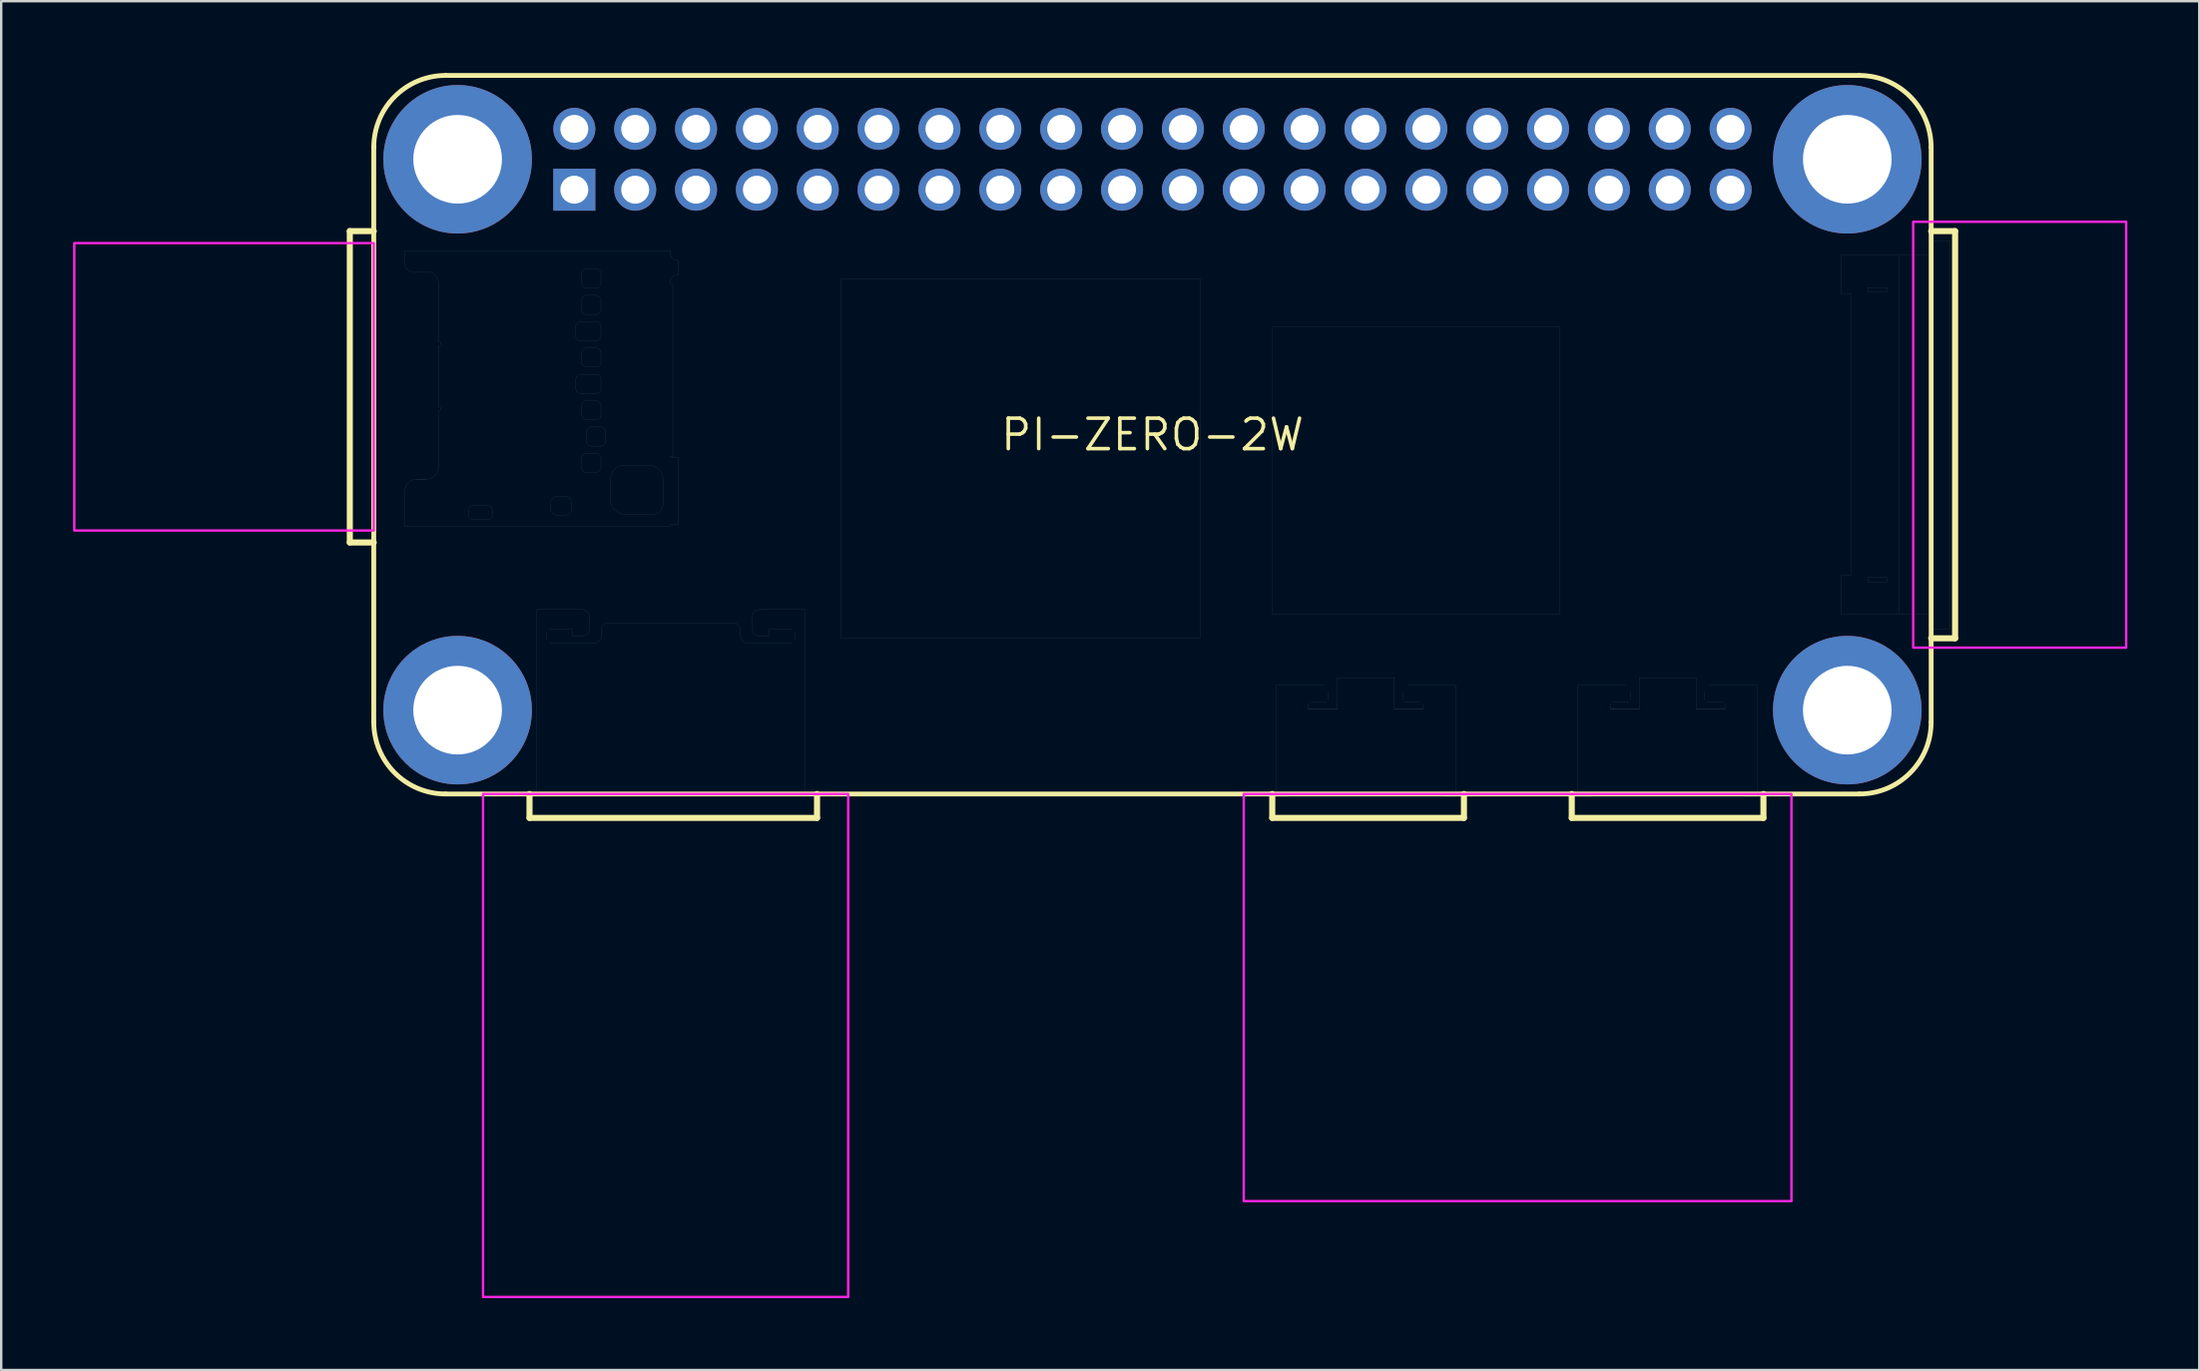
<source format=kicad_pcb>
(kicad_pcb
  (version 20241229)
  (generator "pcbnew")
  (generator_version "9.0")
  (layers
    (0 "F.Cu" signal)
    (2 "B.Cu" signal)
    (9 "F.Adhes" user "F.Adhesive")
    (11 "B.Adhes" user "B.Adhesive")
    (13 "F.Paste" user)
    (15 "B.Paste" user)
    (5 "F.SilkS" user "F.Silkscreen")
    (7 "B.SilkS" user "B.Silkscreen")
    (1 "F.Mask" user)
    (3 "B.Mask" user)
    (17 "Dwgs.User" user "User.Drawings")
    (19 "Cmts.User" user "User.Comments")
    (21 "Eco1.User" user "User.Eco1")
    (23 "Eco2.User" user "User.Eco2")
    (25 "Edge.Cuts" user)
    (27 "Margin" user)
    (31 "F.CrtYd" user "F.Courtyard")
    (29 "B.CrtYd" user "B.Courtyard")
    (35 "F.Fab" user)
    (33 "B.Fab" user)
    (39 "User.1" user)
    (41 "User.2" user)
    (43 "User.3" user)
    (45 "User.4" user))
  (footprint "PI-ZERO-2W"
    (layer "F.Cu")
    (at 45.05 15.1)
    (property "Reference" "PI-ZERO-2W" (at 0 0 0) (layer "F.SilkS") (effects (font (size 1.27 1.27) (thickness 0.15))))
    (fp_line (start -33.5 -8.5) (end -32.5 -8.5) (stroke (width 0.254) (type solid)) (layer "F.SilkS"))
    (fp_line (start -33.5 4.5) (end -33.5 -8.5) (stroke (width 0.254) (type solid)) (layer "F.SilkS"))
    (fp_line (start -32.5 -12) (end -32.5 -8.5) (stroke (width 0.2) (type solid)) (layer "F.SilkS"))
    (fp_line (start -32.5 -8.5) (end -32.5 4.5) (stroke (width 0.2) (type solid)) (layer "F.SilkS"))
    (fp_line (start -32.5 4.5) (end -33.5 4.5) (stroke (width 0.254) (type solid)) (layer "F.SilkS"))
    (fp_line (start -32.5 4.5) (end -32.5 12) (stroke (width 0.2) (type solid)) (layer "F.SilkS"))
    (fp_line (start -29.5 15) (end -26 15) (stroke (width 0.2) (type solid)) (layer "F.SilkS"))
    (fp_line (start -26 15) (end -26 16) (stroke (width 0.254) (type solid)) (layer "F.SilkS"))
    (fp_line (start -26 15) (end -14 15) (stroke (width 0.2) (type solid)) (layer "F.SilkS"))
    (fp_line (start -26 16) (end -14 16) (stroke (width 0.254) (type solid)) (layer "F.SilkS"))
    (fp_line (start -14 15) (end 5 15) (stroke (width 0.2) (type solid)) (layer "F.SilkS"))
    (fp_line (start -14 16) (end -14 15) (stroke (width 0.254) (type solid)) (layer "F.SilkS"))
    (fp_line (start 5 15) (end 5 16) (stroke (width 0.254) (type solid)) (layer "F.SilkS"))
    (fp_line (start 5 15) (end 13 15) (stroke (width 0.2) (type solid)) (layer "F.SilkS"))
    (fp_line (start 5 16) (end 13 16) (stroke (width 0.254) (type solid)) (layer "F.SilkS"))
    (fp_line (start 13 15) (end 17.5 15) (stroke (width 0.2) (type solid)) (layer "F.SilkS"))
    (fp_line (start 13 16) (end 13 15) (stroke (width 0.254) (type solid)) (layer "F.SilkS"))
    (fp_line (start 17.5 15) (end 17.5 16) (stroke (width 0.254) (type solid)) (layer "F.SilkS"))
    (fp_line (start 17.5 15) (end 25.5 15) (stroke (width 0.2) (type solid)) (layer "F.SilkS"))
    (fp_line (start 17.5 16) (end 25.5 16) (stroke (width 0.254) (type solid)) (layer "F.SilkS"))
    (fp_line (start 25.5 15) (end 29.5 15) (stroke (width 0.2) (type solid)) (layer "F.SilkS"))
    (fp_line (start 25.5 16) (end 25.5 15) (stroke (width 0.254) (type solid)) (layer "F.SilkS"))
    (fp_line (start 29.5 -15) (end -29.5 -15) (stroke (width 0.2) (type solid)) (layer "F.SilkS"))
    (fp_line (start 32.5 -12) (end 32.5 -8.5) (stroke (width 0.2) (type solid)) (layer "F.SilkS"))
    (fp_line (start 32.5 -8.5) (end 32.5 8.5) (stroke (width 0.2) (type solid)) (layer "F.SilkS"))
    (fp_line (start 32.5 -8.5) (end 33.5 -8.5) (stroke (width 0.254) (type solid)) (layer "F.SilkS"))
    (fp_line (start 32.5 8.5) (end 32.5 12) (stroke (width 0.2) (type solid)) (layer "F.SilkS"))
    (fp_line (start 33.5 -8.5) (end 33.5 8.5) (stroke (width 0.254) (type solid)) (layer "F.SilkS"))
    (fp_line (start 33.5 8.5) (end 32.5 8.5) (stroke (width 0.254) (type solid)) (layer "F.SilkS"))
    (fp_arc (start -32.5 -12) (mid -31.62132 -14.12132) (end -29.5 -15) (stroke (width 0.2) (type solid)) (layer "F.SilkS"))
    (fp_arc (start -29.5 15) (mid -31.62132 14.12132) (end -32.5 12) (stroke (width 0.2) (type solid)) (layer "F.SilkS"))
    (fp_arc (start 29.5 -15) (mid 31.62132 -14.12132) (end 32.5 -12) (stroke (width 0.2) (type solid)) (layer "F.SilkS"))
    (fp_arc (start 32.5 12) (mid 31.62132 14.12132) (end 29.5 15) (stroke (width 0.2) (type solid)) (layer "F.SilkS"))
    (fp_poly (pts (xy -45 4) (xy -32.5 4) (xy -32.5 -8) (xy -45 -8)) (stroke (width 0.1) (type solid)) (fill no) (layer "F.CrtYd"))
    (fp_poly (pts (xy -27.94 36) (xy -12.7 36) (xy -12.7 15) (xy -27.94 15)) (stroke (width 0.1) (type solid)) (fill no) (layer "F.CrtYd"))
    (fp_poly (pts (xy 3.81 32) (xy 26.67 32) (xy 26.67 15) (xy 3.81 15)) (stroke (width 0.1) (type solid)) (fill no) (layer "F.CrtYd"))
    (fp_poly (pts (xy 31.75 8.89) (xy 40.64 8.89) (xy 40.64 -8.89) (xy 31.75 -8.89)) (stroke (width 0.1) (type solid)) (fill no) (layer "F.CrtYd"))
    (fp_line (start -32.5 -12) (end -32.5 12) (stroke (width 0.003) (type solid)) (layer "F.Fab"))
    (fp_line (start -31.2 -7.68) (end -31.2 -7.11) (stroke (width 0.003) (type solid)) (layer "F.Fab"))
    (fp_line (start -31.2 2.35) (end -31.2 3.83) (stroke (width 0.003) (type solid)) (layer "F.Fab"))
    (fp_line (start -31.2 3.83) (end -20.12 3.83) (stroke (width 0.003) (type solid)) (layer "F.Fab"))
    (fp_line (start -30.9 -6.81) (end -30.3 -6.81) (stroke (width 0.003) (type solid)) (layer "F.Fab"))
    (fp_line (start -30.3 1.85) (end -30.7 1.85) (stroke (width 0.003) (type solid)) (layer "F.Fab"))
    (fp_line (start -29.8 -6.31) (end -29.8 -3.895) (stroke (width 0.003) (type solid)) (layer "F.Fab"))
    (fp_line (start -29.8 -3.695) (end -29.8 -1.195) (stroke (width 0.003) (type solid)) (layer "F.Fab"))
    (fp_line (start -29.8 -0.995) (end -29.8 1.35) (stroke (width 0.003) (type solid)) (layer "F.Fab"))
    (fp_line (start -29.5 15) (end -25.7 15) (stroke (width 0.003) (type solid)) (layer "F.Fab"))
    (fp_line (start -28.55 3.155) (end -28.55 3.355) (stroke (width 0.003) (type solid)) (layer "F.Fab"))
    (fp_line (start -28.35 3.555) (end -27.75 3.555) (stroke (width 0.003) (type solid)) (layer "F.Fab"))
    (fp_line (start -27.75 2.955) (end -28.35 2.955) (stroke (width 0.003) (type solid)) (layer "F.Fab"))
    (fp_line (start -27.55 3.355) (end -27.55 3.155) (stroke (width 0.003) (type solid)) (layer "F.Fab"))
    (fp_line (start -25.7 15) (end -25.7 7.3) (stroke (width 0.003) (type solid)) (layer "F.Fab"))
    (fp_line (start -25.7 15) (end -14.5 15) (stroke (width 0.003) (type solid)) (layer "F.Fab"))
    (fp_line (start -25.3 8.25) (end -25.3 8.55) (stroke (width 0.003) (type solid)) (layer "F.Fab"))
    (fp_line (start -25.15 8.1) (end -24.25 8.1) (stroke (width 0.003) (type solid)) (layer "F.Fab"))
    (fp_line (start -25.15 8.7) (end -23.3 8.7) (stroke (width 0.003) (type solid)) (layer "F.Fab"))
    (fp_line (start -25.13 2.865) (end -25.13 3.065) (stroke (width 0.003) (type solid)) (layer "F.Fab"))
    (fp_line (start -24.83 3.365) (end -24.53 3.365) (stroke (width 0.003) (type solid)) (layer "F.Fab"))
    (fp_line (start -24.53 2.565) (end -24.83 2.565) (stroke (width 0.003) (type solid)) (layer "F.Fab"))
    (fp_line (start -24.23 3.065) (end -24.23 2.865) (stroke (width 0.003) (type solid)) (layer "F.Fab"))
    (fp_line (start -24.2 8.4) (end -24.2 8.15) (stroke (width 0.003) (type solid)) (layer "F.Fab"))
    (fp_line (start -24.07 -4.52) (end -24.07 -4.12) (stroke (width 0.003) (type solid)) (layer "F.Fab"))
    (fp_line (start -24.07 -2.32) (end -24.07 -1.92) (stroke (width 0.003) (type solid)) (layer "F.Fab"))
    (fp_line (start -23.87 -3.92) (end -23.22 -3.92) (stroke (width 0.003) (type solid)) (layer "F.Fab"))
    (fp_line (start -23.87 -1.72) (end -23.22 -1.72) (stroke (width 0.003) (type solid)) (layer "F.Fab"))
    (fp_line (start -23.82 -6.72) (end -23.82 -6.32) (stroke (width 0.003) (type solid)) (layer "F.Fab"))
    (fp_line (start -23.82 -5.62) (end -23.82 -5.22) (stroke (width 0.003) (type solid)) (layer "F.Fab"))
    (fp_line (start -23.82 -3.42) (end -23.82 -3.02) (stroke (width 0.003) (type solid)) (layer "F.Fab"))
    (fp_line (start -23.82 -1.22) (end -23.82 -0.82) (stroke (width 0.003) (type solid)) (layer "F.Fab"))
    (fp_line (start -23.82 0.98) (end -23.82 1.38) (stroke (width 0.003) (type solid)) (layer "F.Fab"))
    (fp_line (start -23.8 7.3) (end -25.7 7.3) (stroke (width 0.003) (type solid)) (layer "F.Fab"))
    (fp_line (start -23.8 8.4) (end -24.2 8.4) (stroke (width 0.003) (type solid)) (layer "F.Fab"))
    (fp_line (start -23.62 -6.12) (end -23.22 -6.12) (stroke (width 0.003) (type solid)) (layer "F.Fab"))
    (fp_line (start -23.62 -5.02) (end -23.22 -5.02) (stroke (width 0.003) (type solid)) (layer "F.Fab"))
    (fp_line (start -23.62 -2.82) (end -23.22 -2.82) (stroke (width 0.003) (type solid)) (layer "F.Fab"))
    (fp_line (start -23.62 -0.62) (end -23.22 -0.62) (stroke (width 0.003) (type solid)) (layer "F.Fab"))
    (fp_line (start -23.62 -0.12) (end -23.62 0.28) (stroke (width 0.003) (type solid)) (layer "F.Fab"))
    (fp_line (start -23.62 1.58) (end -23.22 1.58) (stroke (width 0.003) (type solid)) (layer "F.Fab"))
    (fp_line (start -23.5 7.6) (end -23.5 8.1) (stroke (width 0.003) (type solid)) (layer "F.Fab"))
    (fp_line (start -23.42 0.48) (end -23.02 0.48) (stroke (width 0.003) (type solid)) (layer "F.Fab"))
    (fp_line (start -23.22 -6.92) (end -23.62 -6.92) (stroke (width 0.003) (type solid)) (layer "F.Fab"))
    (fp_line (start -23.22 -5.82) (end -23.62 -5.82) (stroke (width 0.003) (type solid)) (layer "F.Fab"))
    (fp_line (start -23.22 -4.72) (end -23.87 -4.72) (stroke (width 0.003) (type solid)) (layer "F.Fab"))
    (fp_line (start -23.22 -3.62) (end -23.62 -3.62) (stroke (width 0.003) (type solid)) (layer "F.Fab"))
    (fp_line (start -23.22 -2.52) (end -23.87 -2.52) (stroke (width 0.003) (type solid)) (layer "F.Fab"))
    (fp_line (start -23.22 -1.42) (end -23.62 -1.42) (stroke (width 0.003) (type solid)) (layer "F.Fab"))
    (fp_line (start -23.22 0.78) (end -23.62 0.78) (stroke (width 0.003) (type solid)) (layer "F.Fab"))
    (fp_line (start -23.02 -6.32) (end -23.02 -6.72) (stroke (width 0.003) (type solid)) (layer "F.Fab"))
    (fp_line (start -23.02 -5.22) (end -23.02 -5.62) (stroke (width 0.003) (type solid)) (layer "F.Fab"))
    (fp_line (start -23.02 -4.12) (end -23.02 -4.52) (stroke (width 0.003) (type solid)) (layer "F.Fab"))
    (fp_line (start -23.02 -3.02) (end -23.02 -3.42) (stroke (width 0.003) (type solid)) (layer "F.Fab"))
    (fp_line (start -23.02 -1.92) (end -23.02 -2.32) (stroke (width 0.003) (type solid)) (layer "F.Fab"))
    (fp_line (start -23.02 -0.82) (end -23.02 -1.22) (stroke (width 0.003) (type solid)) (layer "F.Fab"))
    (fp_line (start -23.02 -0.32) (end -23.42 -0.32) (stroke (width 0.003) (type solid)) (layer "F.Fab"))
    (fp_line (start -23.02 1.38) (end -23.02 0.98) (stroke (width 0.003) (type solid)) (layer "F.Fab"))
    (fp_line (start -23 8.4) (end -23 8.15) (stroke (width 0.003) (type solid)) (layer "F.Fab"))
    (fp_line (start -22.82 0.28) (end -22.82 -0.12) (stroke (width 0.003) (type solid)) (layer "F.Fab"))
    (fp_line (start -22.7 7.85) (end -17.5 7.85) (stroke (width 0.003) (type solid)) (layer "F.Fab"))
    (fp_line (start -22.63 1.865) (end -22.63 2.715) (stroke (width 0.003) (type solid)) (layer "F.Fab"))
    (fp_line (start -22.03 3.315) (end -20.83 3.315) (stroke (width 0.003) (type solid)) (layer "F.Fab"))
    (fp_line (start -21.03 1.265) (end -22.03 1.265) (stroke (width 0.003) (type solid)) (layer "F.Fab"))
    (fp_line (start -20.43 2.915) (end -20.43 1.865) (stroke (width 0.003) (type solid)) (layer "F.Fab"))
    (fp_line (start -20.12 -7.68) (end -31.2 -7.68) (stroke (width 0.003) (type solid)) (layer "F.Fab"))
    (fp_line (start -20.12 -7.575) (end -20.12 -7.68) (stroke (width 0.003) (type solid)) (layer "F.Fab"))
    (fp_line (start -20.12 -6.355) (end -20.12 -6.375) (stroke (width 0.003) (type solid)) (layer "F.Fab"))
    (fp_line (start -20.12 0.915) (end -20.02 0.915) (stroke (width 0.003) (type solid)) (layer "F.Fab"))
    (fp_line (start -20.12 0.945) (end -20.12 0.915) (stroke (width 0.003) (type solid)) (layer "F.Fab"))
    (fp_line (start -20.12 3.745) (end -19.8 3.745) (stroke (width 0.003) (type solid)) (layer "F.Fab"))
    (fp_line (start -20.12 3.83) (end -20.12 3.745) (stroke (width 0.003) (type solid)) (layer "F.Fab"))
    (fp_line (start -20.02 0.915) (end -20.02 -6.255) (stroke (width 0.003) (type solid)) (layer "F.Fab"))
    (fp_line (start -19.82 -6.675) (end -19.8 -6.675) (stroke (width 0.003) (type solid)) (layer "F.Fab"))
    (fp_line (start -19.8 -7.275) (end -19.82 -7.275) (stroke (width 0.003) (type solid)) (layer "F.Fab"))
    (fp_line (start -19.8 -6.675) (end -19.8 -7.275) (stroke (width 0.003) (type solid)) (layer "F.Fab"))
    (fp_line (start -19.8 0.945) (end -20.12 0.945) (stroke (width 0.003) (type solid)) (layer "F.Fab"))
    (fp_line (start -19.8 3.745) (end -19.8 0.945) (stroke (width 0.003) (type solid)) (layer "F.Fab"))
    (fp_line (start -17.2 8.15) (end -17.2 8.4) (stroke (width 0.003) (type solid)) (layer "F.Fab"))
    (fp_line (start -16.7 8.1) (end -16.7 7.6) (stroke (width 0.003) (type solid)) (layer "F.Fab"))
    (fp_line (start -16 8.15) (end -16 8.4) (stroke (width 0.003) (type solid)) (layer "F.Fab"))
    (fp_line (start -16 8.4) (end -16.4 8.4) (stroke (width 0.003) (type solid)) (layer "F.Fab"))
    (fp_line (start -15.05 8.1) (end -15.95 8.1) (stroke (width 0.003) (type solid)) (layer "F.Fab"))
    (fp_line (start -15.05 8.7) (end -16.9 8.7) (stroke (width 0.003) (type solid)) (layer "F.Fab"))
    (fp_line (start -14.9 8.25) (end -14.9 8.55) (stroke (width 0.003) (type solid)) (layer "F.Fab"))
    (fp_line (start -14.5 7.3) (end -16.4 7.3) (stroke (width 0.003) (type solid)) (layer "F.Fab"))
    (fp_line (start -14.5 15) (end -14.5 7.3) (stroke (width 0.003) (type solid)) (layer "F.Fab"))
    (fp_line (start -14.5 15) (end 29.5 15) (stroke (width 0.003) (type solid)) (layer "F.Fab"))
    (fp_line (start -13 -6.5) (end -13 8.5) (stroke (width 0.003) (type solid)) (layer "F.Fab"))
    (fp_line (start -13 8.5) (end 2 8.5) (stroke (width 0.003) (type solid)) (layer "F.Fab"))
    (fp_line (start 2 -6.5) (end -13 -6.5) (stroke (width 0.003) (type solid)) (layer "F.Fab"))
    (fp_line (start 2 8.5) (end 2 -6.5) (stroke (width 0.003) (type solid)) (layer "F.Fab"))
    (fp_line (start 5 -4.5) (end 5 7.5) (stroke (width 0.003) (type solid)) (layer "F.Fab"))
    (fp_line (start 5 7.5) (end 17 7.5) (stroke (width 0.003) (type solid)) (layer "F.Fab"))
    (fp_line (start 5.15 10.46) (end 5.15 15.132) (stroke (width 0.003) (type solid)) (layer "F.Fab"))
    (fp_line (start 5.69 15.13) (end 5.15 15.13) (stroke (width 0.003) (type solid)) (layer "F.Fab"))
    (fp_line (start 5.716 15.145) (end 12.084 15.145) (stroke (width 0.003) (type solid)) (layer "F.Fab"))
    (fp_line (start 6.506 11.46) (end 6.506 11.27) (stroke (width 0.003) (type solid)) (layer "F.Fab"))
    (fp_line (start 6.618 11.16) (end 7.283 11.16) (stroke (width 0.003) (type solid)) (layer "F.Fab"))
    (fp_line (start 7.141 10.46) (end 5.15 10.46) (stroke (width 0.003) (type solid)) (layer "F.Fab"))
    (fp_line (start 7.346 11.07) (end 7.346 10.75) (stroke (width 0.003) (type solid)) (layer "F.Fab"))
    (fp_line (start 7.71 10.15) (end 7.71 11.46) (stroke (width 0.003) (type solid)) (layer "F.Fab"))
    (fp_line (start 7.71 10.15) (end 10.09 10.15) (stroke (width 0.003) (type solid)) (layer "F.Fab"))
    (fp_line (start 7.71 11.46) (end 6.506 11.46) (stroke (width 0.003) (type solid)) (layer "F.Fab"))
    (fp_line (start 10.09 11.46) (end 10.09 10.15) (stroke (width 0.003) (type solid)) (layer "F.Fab"))
    (fp_line (start 10.454 10.75) (end 10.454 11.07) (stroke (width 0.003) (type solid)) (layer "F.Fab"))
    (fp_line (start 10.517 11.16) (end 11.182 11.16) (stroke (width 0.003) (type solid)) (layer "F.Fab"))
    (fp_line (start 11.294 11.27) (end 11.294 11.46) (stroke (width 0.003) (type solid)) (layer "F.Fab"))
    (fp_line (start 11.294 11.46) (end 10.09 11.46) (stroke (width 0.003) (type solid)) (layer "F.Fab"))
    (fp_line (start 12.65 15.13) (end 12.11 15.13) (stroke (width 0.003) (type solid)) (layer "F.Fab"))
    (fp_line (start 12.65 10.46) (end 10.659 10.46) (stroke (width 0.003) (type solid)) (layer "F.Fab"))
    (fp_line (start 12.65 10.46) (end 12.65 15.132) (stroke (width 0.003) (type solid)) (layer "F.Fab"))
    (fp_line (start 17 -4.5) (end 5 -4.5) (stroke (width 0.003) (type solid)) (layer "F.Fab"))
    (fp_line (start 17 7.5) (end 17 -4.5) (stroke (width 0.003) (type solid)) (layer "F.Fab"))
    (fp_line (start 17.75 10.46) (end 17.75 15.132) (stroke (width 0.003) (type solid)) (layer "F.Fab"))
    (fp_line (start 18.29 15.13) (end 17.75 15.13) (stroke (width 0.003) (type solid)) (layer "F.Fab"))
    (fp_line (start 18.316 15.145) (end 24.684 15.145) (stroke (width 0.003) (type solid)) (layer "F.Fab"))
    (fp_line (start 19.106 11.46) (end 19.106 11.27) (stroke (width 0.003) (type solid)) (layer "F.Fab"))
    (fp_line (start 19.218 11.16) (end 19.883 11.16) (stroke (width 0.003) (type solid)) (layer "F.Fab"))
    (fp_line (start 19.741 10.46) (end 17.75 10.46) (stroke (width 0.003) (type solid)) (layer "F.Fab"))
    (fp_line (start 19.946 11.07) (end 19.946 10.75) (stroke (width 0.003) (type solid)) (layer "F.Fab"))
    (fp_line (start 20.31 10.15) (end 20.31 11.46) (stroke (width 0.003) (type solid)) (layer "F.Fab"))
    (fp_line (start 20.31 10.15) (end 22.69 10.15) (stroke (width 0.003) (type solid)) (layer "F.Fab"))
    (fp_line (start 20.31 11.46) (end 19.106 11.46) (stroke (width 0.003) (type solid)) (layer "F.Fab"))
    (fp_line (start 22.69 11.46) (end 22.69 10.15) (stroke (width 0.003) (type solid)) (layer "F.Fab"))
    (fp_line (start 23.054 10.75) (end 23.054 11.07) (stroke (width 0.003) (type solid)) (layer "F.Fab"))
    (fp_line (start 23.117 11.16) (end 23.782 11.16) (stroke (width 0.003) (type solid)) (layer "F.Fab"))
    (fp_line (start 23.894 11.27) (end 23.894 11.46) (stroke (width 0.003) (type solid)) (layer "F.Fab"))
    (fp_line (start 23.894 11.46) (end 22.69 11.46) (stroke (width 0.003) (type solid)) (layer "F.Fab"))
    (fp_line (start 25.25 15.13) (end 24.71 15.13) (stroke (width 0.003) (type solid)) (layer "F.Fab"))
    (fp_line (start 25.25 10.46) (end 23.259 10.46) (stroke (width 0.003) (type solid)) (layer "F.Fab"))
    (fp_line (start 25.25 10.46) (end 25.25 15.132) (stroke (width 0.003) (type solid)) (layer "F.Fab"))
    (fp_line (start 28.75 -7.5) (end 28.75 -5.87) (stroke (width 0.003) (type solid)) (layer "F.Fab"))
    (fp_line (start 28.75 -5.87) (end 29.15 -5.87) (stroke (width 0.003) (type solid)) (layer "F.Fab"))
    (fp_line (start 28.75 5.87) (end 28.75 7.5) (stroke (width 0.003) (type solid)) (layer "F.Fab"))
    (fp_line (start 28.75 7.5) (end 31.15 7.5) (stroke (width 0.003) (type solid)) (layer "F.Fab"))
    (fp_line (start 29.15 -5.87) (end 29.15 5.87) (stroke (width 0.003) (type solid)) (layer "F.Fab"))
    (fp_line (start 29.15 5.87) (end 28.75 5.87) (stroke (width 0.003) (type solid)) (layer "F.Fab"))
    (fp_line (start 29.5 -15) (end -29.5 -15) (stroke (width 0.003) (type solid)) (layer "F.Fab"))
    (fp_line (start 29.85 -6.15) (end 30.65 -6.15) (stroke (width 0.003) (type solid)) (layer "F.Fab"))
    (fp_line (start 29.85 -5.97) (end 29.85 -6.15) (stroke (width 0.003) (type solid)) (layer "F.Fab"))
    (fp_line (start 29.85 5.97) (end 30.65 5.97) (stroke (width 0.003) (type solid)) (layer "F.Fab"))
    (fp_line (start 29.85 6.15) (end 29.85 5.97) (stroke (width 0.003) (type solid)) (layer "F.Fab"))
    (fp_line (start 30.65 -6.15) (end 30.65 -5.97) (stroke (width 0.003) (type solid)) (layer "F.Fab"))
    (fp_line (start 30.65 -5.97) (end 29.85 -5.97) (stroke (width 0.003) (type solid)) (layer "F.Fab"))
    (fp_line (start 30.65 5.97) (end 30.65 6.15) (stroke (width 0.003) (type solid)) (layer "F.Fab"))
    (fp_line (start 30.65 6.15) (end 29.85 6.15) (stroke (width 0.003) (type solid)) (layer "F.Fab"))
    (fp_line (start 31.15 -7.5) (end 28.75 -7.5) (stroke (width 0.003) (type solid)) (layer "F.Fab"))
    (fp_line (start 31.15 -7.5) (end 32.5 -7.5) (stroke (width 0.003) (type solid)) (layer "F.Fab"))
    (fp_line (start 31.15 7.5) (end 31.15 -7.5) (stroke (width 0.003) (type solid)) (layer "F.Fab"))
    (fp_line (start 32.5 -8.1) (end 32.5 -12) (stroke (width 0.003) (type solid)) (layer "F.Fab"))
    (fp_line (start 32.5 -8.1) (end 32.5 -7.5) (stroke (width 0.003) (type solid)) (layer "F.Fab"))
    (fp_line (start 32.5 -7.5) (end 32.5 7.5) (stroke (width 0.003) (type solid)) (layer "F.Fab"))
    (fp_line (start 32.5 7.5) (end 31.15 7.5) (stroke (width 0.003) (type solid)) (layer "F.Fab"))
    (fp_line (start 32.5 7.5) (end 32.5 8.1) (stroke (width 0.003) (type solid)) (layer "F.Fab"))
    (fp_line (start 32.5 8.1) (end 33.3 8.1) (stroke (width 0.003) (type solid)) (layer "F.Fab"))
    (fp_line (start 32.5 12) (end 32.5 8.1) (stroke (width 0.003) (type solid)) (layer "F.Fab"))
    (fp_line (start 33.3 -8.1) (end 32.5 -8.1) (stroke (width 0.003) (type solid)) (layer "F.Fab"))
    (fp_line (start 33.3 8.1) (end 33.3 -8.1) (stroke (width 0.003) (type solid)) (layer "F.Fab"))
    (fp_arc (start -32.5 -12) (mid -31.62132 -14.12132) (end -29.5 -15) (stroke (width 0.00254) (type solid)) (layer "F.Fab"))
    (fp_arc (start -31.2 2.35) (mid -31.053553 1.996447) (end -30.7 1.85) (stroke (width 0.00254) (type solid)) (layer "F.Fab"))
    (fp_arc (start -30.9 -6.81) (mid -31.112132 -6.897868) (end -31.2 -7.11) (stroke (width 0.00254) (type solid)) (layer "F.Fab"))
    (fp_arc (start -30.3 -6.81) (mid -29.946447 -6.663553) (end -29.8 -6.31) (stroke (width 0.00254) (type solid)) (layer "F.Fab"))
    (fp_arc (start -29.8 -3.8947) (mid -29.7 -3.7947) (end -29.8 -3.6947) (stroke (width 0.00254) (type solid)) (layer "F.Fab"))
    (fp_arc (start -29.8 -1.1947) (mid -29.7 -1.0947) (end -29.8 -0.9947) (stroke (width 0.00254) (type solid)) (layer "F.Fab"))
    (fp_arc (start -29.8 1.35) (mid -29.946447 1.703553) (end -30.3 1.85) (stroke (width 0.00254) (type solid)) (layer "F.Fab"))
    (fp_arc (start -29.5 15) (mid -31.62132 14.12132) (end -32.5 12) (stroke (width 0.00254) (type solid)) (layer "F.Fab"))
    (fp_arc (start -28.55 3.155) (mid -28.491421 3.013579) (end -28.35 2.955) (stroke (width 0.00254) (type solid)) (layer "F.Fab"))
    (fp_arc (start -28.35 3.555) (mid -28.491421 3.496421) (end -28.55 3.355) (stroke (width 0.00254) (type solid)) (layer "F.Fab"))
    (fp_arc (start -27.75 2.955) (mid -27.608579 3.013579) (end -27.55 3.155) (stroke (width 0.00254) (type solid)) (layer "F.Fab"))
    (fp_arc (start -27.55 3.355) (mid -27.608579 3.496421) (end -27.75 3.555) (stroke (width 0.00254) (type solid)) (layer "F.Fab"))
    (fp_arc (start -25.13 2.865) (mid -25.042132 2.652868) (end -24.83 2.565) (stroke (width 0.00254) (type solid)) (layer "F.Fab"))
    (fp_arc (start -24.83 3.365) (mid -25.042132 3.277132) (end -25.13 3.065) (stroke (width 0.00254) (type solid)) (layer "F.Fab"))
    (fp_arc (start -24.53 2.565) (mid -24.317868 2.652868) (end -24.23 2.865) (stroke (width 0.00254) (type solid)) (layer "F.Fab"))
    (fp_arc (start -24.25 8.1) (mid -24.214645 8.114645) (end -24.2 8.15) (stroke (width 0.00254) (type solid)) (layer "F.Fab"))
    (fp_arc (start -24.23 3.065) (mid -24.317868 3.277132) (end -24.53 3.365) (stroke (width 0.00254) (type solid)) (layer "F.Fab"))
    (fp_arc (start -24.07 -4.52) (mid -24.011421 -4.661421) (end -23.87 -4.72) (stroke (width 0.00254) (type solid)) (layer "F.Fab"))
    (fp_arc (start -24.07 -2.32) (mid -24.011421 -2.461421) (end -23.87 -2.52) (stroke (width 0.00254) (type solid)) (layer "F.Fab"))
    (fp_arc (start -23.87 -3.92) (mid -24.011421 -3.978579) (end -24.07 -4.12) (stroke (width 0.00254) (type solid)) (layer "F.Fab"))
    (fp_arc (start -23.87 -1.72) (mid -24.011421 -1.778579) (end -24.07 -1.92) (stroke (width 0.00254) (type solid)) (layer "F.Fab"))
    (fp_arc (start -23.82 -6.72) (mid -23.761421 -6.861421) (end -23.62 -6.92) (stroke (width 0.00254) (type solid)) (layer "F.Fab"))
    (fp_arc (start -23.82 -5.62) (mid -23.761421 -5.761421) (end -23.62 -5.82) (stroke (width 0.00254) (type solid)) (layer "F.Fab"))
    (fp_arc (start -23.82 -3.42) (mid -23.761421 -3.561421) (end -23.62 -3.62) (stroke (width 0.00254) (type solid)) (layer "F.Fab"))
    (fp_arc (start -23.82 -1.22) (mid -23.761421 -1.361421) (end -23.62 -1.42) (stroke (width 0.00254) (type solid)) (layer "F.Fab"))
    (fp_arc (start -23.82 0.98) (mid -23.761421 0.838579) (end -23.62 0.78) (stroke (width 0.00254) (type solid)) (layer "F.Fab"))
    (fp_arc (start -23.8 7.3) (mid -23.587868 7.387868) (end -23.5 7.6) (stroke (width 0.00254) (type solid)) (layer "F.Fab"))
    (fp_arc (start -23.620001 -0.119999) (mid -23.561422 -0.261421) (end -23.42 -0.32) (stroke (width 0.00254) (type solid)) (layer "F.Fab"))
    (fp_arc (start -23.62 -6.12) (mid -23.761421 -6.178579) (end -23.82 -6.32) (stroke (width 0.00254) (type solid)) (layer "F.Fab"))
    (fp_arc (start -23.62 -5.02) (mid -23.761421 -5.078579) (end -23.82 -5.22) (stroke (width 0.00254) (type solid)) (layer "F.Fab"))
    (fp_arc (start -23.62 -2.82) (mid -23.761421 -2.878579) (end -23.82 -3.02) (stroke (width 0.00254) (type solid)) (layer "F.Fab"))
    (fp_arc (start -23.62 -0.62) (mid -23.761421 -0.678579) (end -23.82 -0.82) (stroke (width 0.00254) (type solid)) (layer "F.Fab"))
    (fp_arc (start -23.62 1.58) (mid -23.761421 1.521421) (end -23.82 1.38) (stroke (width 0.00254) (type solid)) (layer "F.Fab"))
    (fp_arc (start -23.5 8.1) (mid -23.587868 8.312132) (end -23.8 8.4) (stroke (width 0.00254) (type solid)) (layer "F.Fab"))
    (fp_arc (start -23.42 0.48) (mid -23.561421 0.421421) (end -23.62 0.28) (stroke (width 0.00254) (type solid)) (layer "F.Fab"))
    (fp_arc (start -23.22 -6.92) (mid -23.078579 -6.861421) (end -23.02 -6.72) (stroke (width 0.00254) (type solid)) (layer "F.Fab"))
    (fp_arc (start -23.22 -5.82) (mid -23.078579 -5.761421) (end -23.02 -5.62) (stroke (width 0.00254) (type solid)) (layer "F.Fab"))
    (fp_arc (start -23.22 -4.72) (mid -23.078579 -4.661421) (end -23.02 -4.52) (stroke (width 0.00254) (type solid)) (layer "F.Fab"))
    (fp_arc (start -23.22 -3.62) (mid -23.078579 -3.561421) (end -23.02 -3.42) (stroke (width 0.00254) (type solid)) (layer "F.Fab"))
    (fp_arc (start -23.22 -2.52) (mid -23.078579 -2.461421) (end -23.02 -2.32) (stroke (width 0.00254) (type solid)) (layer "F.Fab"))
    (fp_arc (start -23.22 -1.42) (mid -23.078579 -1.361421) (end -23.02 -1.22) (stroke (width 0.00254) (type solid)) (layer "F.Fab"))
    (fp_arc (start -23.22 0.78) (mid -23.078579 0.838579) (end -23.02 0.98) (stroke (width 0.00254) (type solid)) (layer "F.Fab"))
    (fp_arc (start -23.020001 -0.319999) (mid -22.878579 -0.261421) (end -22.82 -0.12) (stroke (width 0.00254) (type solid)) (layer "F.Fab"))
    (fp_arc (start -23.02 -6.32) (mid -23.078579 -6.178579) (end -23.22 -6.12) (stroke (width 0.00254) (type solid)) (layer "F.Fab"))
    (fp_arc (start -23.02 -5.22) (mid -23.078579 -5.078579) (end -23.22 -5.02) (stroke (width 0.00254) (type solid)) (layer "F.Fab"))
    (fp_arc (start -23.02 -4.12) (mid -23.078579 -3.978579) (end -23.22 -3.92) (stroke (width 0.00254) (type solid)) (layer "F.Fab"))
    (fp_arc (start -23.02 -3.02) (mid -23.078579 -2.878579) (end -23.22 -2.82) (stroke (width 0.00254) (type solid)) (layer "F.Fab"))
    (fp_arc (start -23.02 -1.92) (mid -23.078579 -1.778579) (end -23.22 -1.72) (stroke (width 0.00254) (type solid)) (layer "F.Fab"))
    (fp_arc (start -23.02 -0.82) (mid -23.078579 -0.678579) (end -23.22 -0.62) (stroke (width 0.00254) (type solid)) (layer "F.Fab"))
    (fp_arc (start -23.02 1.38) (mid -23.078579 1.521421) (end -23.22 1.58) (stroke (width 0.00254) (type solid)) (layer "F.Fab"))
    (fp_arc (start -23 8.15) (mid -22.912132 7.937868) (end -22.7 7.85) (stroke (width 0.00254) (type solid)) (layer "F.Fab"))
    (fp_arc (start -23 8.4) (mid -23.087868 8.612132) (end -23.3 8.7) (stroke (width 0.00254) (type solid)) (layer "F.Fab"))
    (fp_arc (start -22.82 0.28) (mid -22.878579 0.421421) (end -23.02 0.48) (stroke (width 0.00254) (type solid)) (layer "F.Fab"))
    (fp_arc (start -22.63 1.865) (mid -22.454264 1.440736) (end -22.03 1.265) (stroke (width 0.00254) (type solid)) (layer "F.Fab"))
    (fp_arc (start -22.03 3.315) (mid -22.454264 3.139264) (end -22.63 2.715) (stroke (width 0.00254) (type solid)) (layer "F.Fab"))
    (fp_arc (start -21.03 1.265) (mid -20.605736 1.440736) (end -20.43 1.865) (stroke (width 0.00254) (type solid)) (layer "F.Fab"))
    (fp_arc (start -20.43 2.915) (mid -20.547157 3.197843) (end -20.83 3.315) (stroke (width 0.00254) (type solid)) (layer "F.Fab"))
    (fp_arc (start -20.12 -6.375) (mid -20.032132 -6.587132) (end -19.82 -6.675) (stroke (width 0.00254) (type solid)) (layer "F.Fab"))
    (fp_arc (start -20.02 -6.255) (mid -20.090711 -6.284289) (end -20.12 -6.355) (stroke (width 0.00254) (type solid)) (layer "F.Fab"))
    (fp_arc (start -19.82 -7.275) (mid -20.032132 -7.362868) (end -20.12 -7.575) (stroke (width 0.00254) (type solid)) (layer "F.Fab"))
    (fp_arc (start -17.5 7.85) (mid -17.287868 7.937868) (end -17.2 8.15) (stroke (width 0.00254) (type solid)) (layer "F.Fab"))
    (fp_arc (start -16.9 8.7) (mid -17.112132 8.612132) (end -17.2 8.4) (stroke (width 0.00254) (type solid)) (layer "F.Fab"))
    (fp_arc (start -16.7 7.6) (mid -16.612132 7.387868) (end -16.4 7.3) (stroke (width 0.00254) (type solid)) (layer "F.Fab"))
    (fp_arc (start -16.4 8.4) (mid -16.612132 8.312132) (end -16.7 8.1) (stroke (width 0.00254) (type solid)) (layer "F.Fab"))
    (fp_arc (start -16 8.15) (mid -15.985355 8.114645) (end -15.95 8.1) (stroke (width 0.00254) (type solid)) (layer "F.Fab"))
    (fp_arc (start 5.700001 15.131715) (mid 5.709262 15.137) (end 5.71609 15.14519) (stroke (width 0.00254) (type solid)) (layer "F.Fab"))
    (fp_arc (start 6.506335 11.27) (mid 6.510341 11.240583) (end 6.522068 11.213309) (stroke (width 0.00254) (type solid)) (layer "F.Fab"))
    (fp_arc (start 11.277934 11.213306) (mid 11.289662 11.240582) (end 11.293668 11.27) (stroke (width 0.00254) (type solid)) (layer "F.Fab"))
    (fp_arc (start 12.083913 15.145192) (mid 12.09074 15.137002) (end 12.1 15.131718) (stroke (width 0.00254) (type solid)) (layer "F.Fab"))
    (fp_arc (start 18.300001 15.131715) (mid 18.309262 15.137) (end 18.31609 15.14519) (stroke (width 0.00254) (type solid)) (layer "F.Fab"))
    (fp_arc (start 19.106335 11.27) (mid 19.110341 11.240583) (end 19.122068 11.213309) (stroke (width 0.00254) (type solid)) (layer "F.Fab"))
    (fp_arc (start 23.877934 11.213306) (mid 23.889662 11.240582) (end 23.893668 11.27) (stroke (width 0.00254) (type solid)) (layer "F.Fab"))
    (fp_arc (start 24.683913 15.145192) (mid 24.69074 15.137002) (end 24.7 15.131718) (stroke (width 0.00254) (type solid)) (layer "F.Fab"))
    (fp_arc (start 29.5 -15) (mid 31.62132 -14.12132) (end 32.5 -12) (stroke (width 0.00254) (type solid)) (layer "F.Fab"))
    (fp_arc (start 32.5 12) (mid 31.62132 14.12132) (end 29.5 15) (stroke (width 0.00254) (type solid)) (layer "F.Fab"))
    (fp_circle (center -29 -11.5) (end -27.65 -11.5) (stroke (width 0.003) (type solid)) (fill no) (layer "F.Fab"))
    (fp_circle (center -29 11.5) (end -27.65 11.5) (stroke (width 0.003) (type solid)) (fill no) (layer "F.Fab"))
    (fp_circle (center -24.13 -12.77) (end -23.63 -12.77) (stroke (width 0.003) (type solid)) (fill no) (layer "F.Fab"))
    (fp_circle (center -24.13 -10.23) (end -23.63 -10.23) (stroke (width 0.003) (type solid)) (fill no) (layer "F.Fab"))
    (fp_circle (center -21.59 -12.77) (end -21.09 -12.77) (stroke (width 0.003) (type solid)) (fill no) (layer "F.Fab"))
    (fp_circle (center -21.59 -10.23) (end -21.09 -10.23) (stroke (width 0.003) (type solid)) (fill no) (layer "F.Fab"))
    (fp_circle (center -19.05 -12.77) (end -18.55 -12.77) (stroke (width 0.003) (type solid)) (fill no) (layer "F.Fab"))
    (fp_circle (center -19.05 -10.23) (end -18.55 -10.23) (stroke (width 0.003) (type solid)) (fill no) (layer "F.Fab"))
    (fp_circle (center -16.51 -12.77) (end -16.01 -12.77) (stroke (width 0.003) (type solid)) (fill no) (layer "F.Fab"))
    (fp_circle (center -16.51 -10.23) (end -16.01 -10.23) (stroke (width 0.003) (type solid)) (fill no) (layer "F.Fab"))
    (fp_circle (center -13.97 -12.77) (end -13.47 -12.77) (stroke (width 0.003) (type solid)) (fill no) (layer "F.Fab"))
    (fp_circle (center -13.97 -10.23) (end -13.47 -10.23) (stroke (width 0.003) (type solid)) (fill no) (layer "F.Fab"))
    (fp_circle (center -11.43 -12.77) (end -10.93 -12.77) (stroke (width 0.003) (type solid)) (fill no) (layer "F.Fab"))
    (fp_circle (center -11.43 -10.23) (end -10.93 -10.23) (stroke (width 0.003) (type solid)) (fill no) (layer "F.Fab"))
    (fp_circle (center -8.89 -12.77) (end -8.39 -12.77) (stroke (width 0.003) (type solid)) (fill no) (layer "F.Fab"))
    (fp_circle (center -8.89 -10.23) (end -8.39 -10.23) (stroke (width 0.003) (type solid)) (fill no) (layer "F.Fab"))
    (fp_circle (center -6.35 -12.77) (end -5.85 -12.77) (stroke (width 0.003) (type solid)) (fill no) (layer "F.Fab"))
    (fp_circle (center -6.35 -10.23) (end -5.85 -10.23) (stroke (width 0.003) (type solid)) (fill no) (layer "F.Fab"))
    (fp_circle (center -3.81 -12.77) (end -3.31 -12.77) (stroke (width 0.003) (type solid)) (fill no) (layer "F.Fab"))
    (fp_circle (center -3.81 -10.23) (end -3.31 -10.23) (stroke (width 0.003) (type solid)) (fill no) (layer "F.Fab"))
    (fp_circle (center -1.27 -12.77) (end -0.77 -12.77) (stroke (width 0.003) (type solid)) (fill no) (layer "F.Fab"))
    (fp_circle (center -1.27 -10.23) (end -0.77 -10.23) (stroke (width 0.003) (type solid)) (fill no) (layer "F.Fab"))
    (fp_circle (center 1.27 -12.77) (end 1.77 -12.77) (stroke (width 0.003) (type solid)) (fill no) (layer "F.Fab"))
    (fp_circle (center 1.27 -10.23) (end 1.77 -10.23) (stroke (width 0.003) (type solid)) (fill no) (layer "F.Fab"))
    (fp_circle (center 3.81 -12.77) (end 4.31 -12.77) (stroke (width 0.003) (type solid)) (fill no) (layer "F.Fab"))
    (fp_circle (center 3.81 -10.23) (end 4.31 -10.23) (stroke (width 0.003) (type solid)) (fill no) (layer "F.Fab"))
    (fp_circle (center 6.35 -12.77) (end 6.85 -12.77) (stroke (width 0.003) (type solid)) (fill no) (layer "F.Fab"))
    (fp_circle (center 6.35 -10.23) (end 6.85 -10.23) (stroke (width 0.003) (type solid)) (fill no) (layer "F.Fab"))
    (fp_circle (center 8.89 -12.77) (end 9.39 -12.77) (stroke (width 0.003) (type solid)) (fill no) (layer "F.Fab"))
    (fp_circle (center 8.89 -10.23) (end 9.39 -10.23) (stroke (width 0.003) (type solid)) (fill no) (layer "F.Fab"))
    (fp_circle (center 11.43 -12.77) (end 11.93 -12.77) (stroke (width 0.003) (type solid)) (fill no) (layer "F.Fab"))
    (fp_circle (center 11.43 -10.23) (end 11.93 -10.23) (stroke (width 0.003) (type solid)) (fill no) (layer "F.Fab"))
    (fp_circle (center 13.97 -12.77) (end 14.47 -12.77) (stroke (width 0.003) (type solid)) (fill no) (layer "F.Fab"))
    (fp_circle (center 13.97 -10.23) (end 14.47 -10.23) (stroke (width 0.003) (type solid)) (fill no) (layer "F.Fab"))
    (fp_circle (center 16.51 -12.77) (end 17.01 -12.77) (stroke (width 0.003) (type solid)) (fill no) (layer "F.Fab"))
    (fp_circle (center 16.51 -10.23) (end 17.01 -10.23) (stroke (width 0.003) (type solid)) (fill no) (layer "F.Fab"))
    (fp_circle (center 19.05 -12.77) (end 19.55 -12.77) (stroke (width 0.003) (type solid)) (fill no) (layer "F.Fab"))
    (fp_circle (center 19.05 -10.23) (end 19.55 -10.23) (stroke (width 0.003) (type solid)) (fill no) (layer "F.Fab"))
    (fp_circle (center 21.59 -12.77) (end 22.09 -12.77) (stroke (width 0.003) (type solid)) (fill no) (layer "F.Fab"))
    (fp_circle (center 21.59 -10.23) (end 22.09 -10.23) (stroke (width 0.003) (type solid)) (fill no) (layer "F.Fab"))
    (fp_circle (center 24.13 -12.77) (end 24.63 -12.77) (stroke (width 0.003) (type solid)) (fill no) (layer "F.Fab"))
    (fp_circle (center 24.13 -10.23) (end 24.63 -10.23) (stroke (width 0.003) (type solid)) (fill no) (layer "F.Fab"))
    (fp_circle (center 29 -11.5) (end 30.35 -11.5) (stroke (width 0.003) (type solid)) (fill no) (layer "F.Fab"))
    (fp_circle (center 29 11.5) (end 30.35 11.5) (stroke (width 0.003) (type solid)) (fill no) (layer "F.Fab"))
    (pad "1" thru_hole rect (at -24.13 -10.23) (size 1.753 1.753) (drill 1.168) (layers "*.Cu" "*.Mask"))
    (pad "2" thru_hole circle (at -24.13 -12.77) (size 1.753 1.753) (drill 1.168) (layers "*.Cu" "*.Mask"))
    (pad "3" thru_hole circle (at -21.59 -10.23) (size 1.753 1.753) (drill 1.168) (layers "*.Cu" "*.Mask"))
    (pad "4" thru_hole circle (at -21.59 -12.77) (size 1.753 1.753) (drill 1.168) (layers "*.Cu" "*.Mask"))
    (pad "5" thru_hole circle (at -19.05 -10.23) (size 1.753 1.753) (drill 1.168) (layers "*.Cu" "*.Mask"))
    (pad "6" thru_hole circle (at -19.05 -12.77) (size 1.753 1.753) (drill 1.168) (layers "*.Cu" "*.Mask"))
    (pad "7" thru_hole circle (at -16.51 -10.23) (size 1.753 1.753) (drill 1.168) (layers "*.Cu" "*.Mask"))
    (pad "8" thru_hole circle (at -16.51 -12.77) (size 1.753 1.753) (drill 1.168) (layers "*.Cu" "*.Mask"))
    (pad "9" thru_hole circle (at -13.97 -10.23) (size 1.753 1.753) (drill 1.168) (layers "*.Cu" "*.Mask"))
    (pad "10" thru_hole circle (at -13.97 -12.77) (size 1.753 1.753) (drill 1.168) (layers "*.Cu" "*.Mask"))
    (pad "11" thru_hole circle (at -11.43 -10.23) (size 1.753 1.753) (drill 1.168) (layers "*.Cu" "*.Mask"))
    (pad "12" thru_hole circle (at -11.43 -12.77) (size 1.753 1.753) (drill 1.168) (layers "*.Cu" "*.Mask"))
    (pad "13" thru_hole circle (at -8.89 -10.23) (size 1.753 1.753) (drill 1.168) (layers "*.Cu" "*.Mask"))
    (pad "14" thru_hole circle (at -8.89 -12.77) (size 1.753 1.753) (drill 1.168) (layers "*.Cu" "*.Mask"))
    (pad "15" thru_hole circle (at -6.35 -10.23) (size 1.753 1.753) (drill 1.168) (layers "*.Cu" "*.Mask"))
    (pad "16" thru_hole circle (at -6.35 -12.77) (size 1.753 1.753) (drill 1.168) (layers "*.Cu" "*.Mask"))
    (pad "17" thru_hole circle (at -3.81 -10.23) (size 1.753 1.753) (drill 1.168) (layers "*.Cu" "*.Mask"))
    (pad "18" thru_hole circle (at -3.81 -12.77) (size 1.753 1.753) (drill 1.168) (layers "*.Cu" "*.Mask"))
    (pad "19" thru_hole circle (at -1.27 -10.23) (size 1.753 1.753) (drill 1.168) (layers "*.Cu" "*.Mask"))
    (pad "20" thru_hole circle (at -1.27 -12.77) (size 1.753 1.753) (drill 1.168) (layers "*.Cu" "*.Mask"))
    (pad "21" thru_hole circle (at 1.27 -10.23) (size 1.753 1.753) (drill 1.168) (layers "*.Cu" "*.Mask"))
    (pad "22" thru_hole circle (at 1.27 -12.77) (size 1.753 1.753) (drill 1.168) (layers "*.Cu" "*.Mask"))
    (pad "23" thru_hole circle (at 3.81 -10.23) (size 1.753 1.753) (drill 1.168) (layers "*.Cu" "*.Mask"))
    (pad "24" thru_hole circle (at 3.81 -12.77) (size 1.753 1.753) (drill 1.168) (layers "*.Cu" "*.Mask"))
    (pad "25" thru_hole circle (at 6.35 -10.23) (size 1.753 1.753) (drill 1.168) (layers "*.Cu" "*.Mask"))
    (pad "26" thru_hole circle (at 6.35 -12.77) (size 1.753 1.753) (drill 1.168) (layers "*.Cu" "*.Mask"))
    (pad "27" thru_hole circle (at 8.89 -10.23) (size 1.753 1.753) (drill 1.168) (layers "*.Cu" "*.Mask"))
    (pad "28" thru_hole circle (at 8.89 -12.77) (size 1.753 1.753) (drill 1.168) (layers "*.Cu" "*.Mask"))
    (pad "29" thru_hole circle (at 11.43 -10.23) (size 1.753 1.753) (drill 1.168) (layers "*.Cu" "*.Mask"))
    (pad "30" thru_hole circle (at 11.43 -12.77) (size 1.753 1.753) (drill 1.168) (layers "*.Cu" "*.Mask"))
    (pad "31" thru_hole circle (at 13.97 -10.23) (size 1.753 1.753) (drill 1.168) (layers "*.Cu" "*.Mask"))
    (pad "32" thru_hole circle (at 13.97 -12.77) (size 1.753 1.753) (drill 1.168) (layers "*.Cu" "*.Mask"))
    (pad "33" thru_hole circle (at 16.51 -10.23) (size 1.753 1.753) (drill 1.168) (layers "*.Cu" "*.Mask"))
    (pad "34" thru_hole circle (at 16.51 -12.77) (size 1.753 1.753) (drill 1.168) (layers "*.Cu" "*.Mask"))
    (pad "35" thru_hole circle (at 19.05 -10.23) (size 1.753 1.753) (drill 1.168) (layers "*.Cu" "*.Mask"))
    (pad "36" thru_hole circle (at 19.05 -12.77) (size 1.753 1.753) (drill 1.168) (layers "*.Cu" "*.Mask"))
    (pad "37" thru_hole circle (at 21.59 -10.23) (size 1.753 1.753) (drill 1.168) (layers "*.Cu" "*.Mask"))
    (pad "38" thru_hole circle (at 21.59 -12.77) (size 1.753 1.753) (drill 1.168) (layers "*.Cu" "*.Mask"))
    (pad "39" thru_hole circle (at 24.13 -10.23) (size 1.753 1.753) (drill 1.168) (layers "*.Cu" "*.Mask"))
    (pad "40" thru_hole circle (at 24.13 -12.77) (size 1.753 1.753) (drill 1.168) (layers "*.Cu" "*.Mask"))
    (pad "MT1" thru_hole circle (at -29 -11.5) (size 6.2 6.2) (drill 3.7) (layers "*.Cu" "*.Mask"))
    (pad "MT2" thru_hole circle (at 29 -11.5) (size 6.2 6.2) (drill 3.7) (layers "*.Cu" "*.Mask"))
    (pad "MT3" thru_hole circle (at -29 11.5) (size 6.2 6.2) (drill 3.7) (layers "*.Cu" "*.Mask"))
    (pad "MT4" thru_hole circle (at 29 11.5) (size 6.2 6.2) (drill 3.7) (layers "*.Cu" "*.Mask")))
  (gr_rect
    (start -3 -3)
    (end 88.74 54.15)
    (stroke (width 0.1) (type default))
    (fill no)
    (layer "Edge.Cuts")))
</source>
